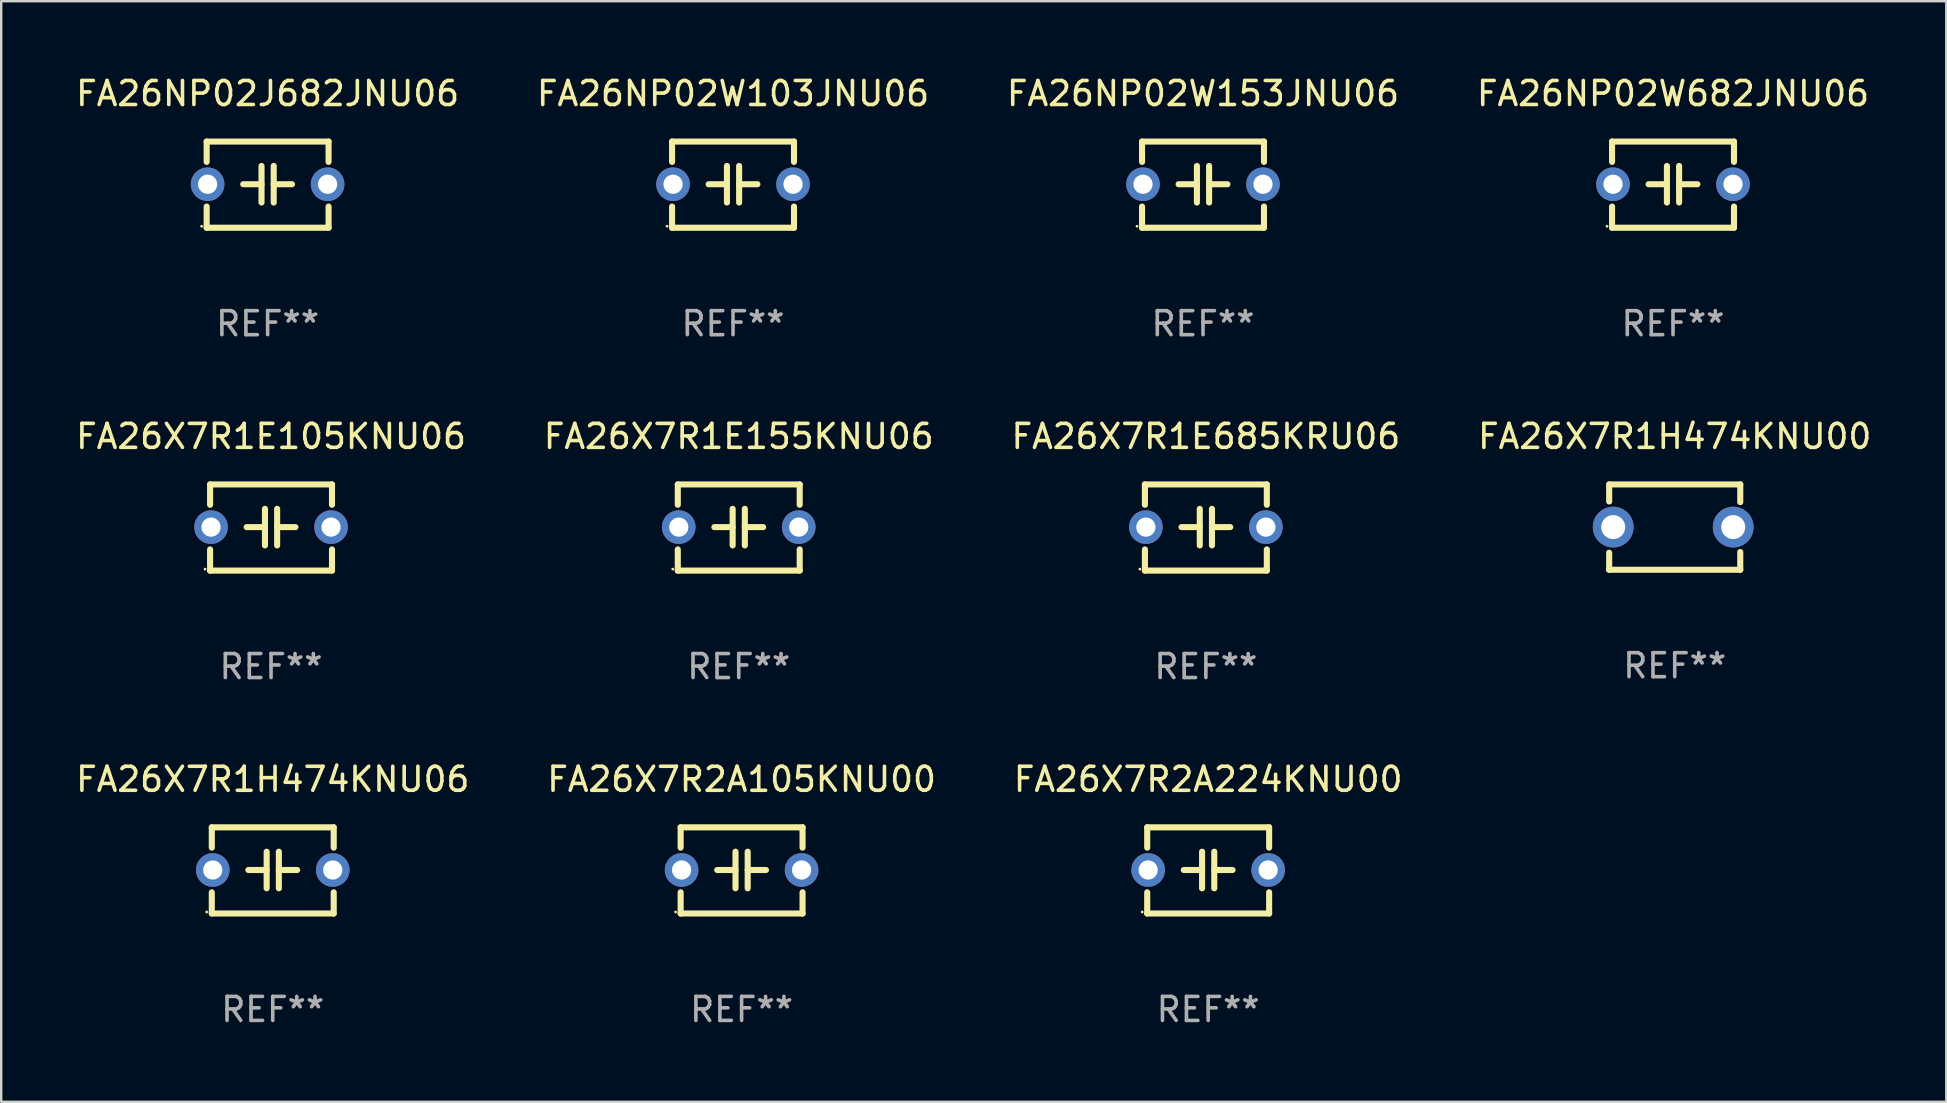
<source format=kicad_pcb>
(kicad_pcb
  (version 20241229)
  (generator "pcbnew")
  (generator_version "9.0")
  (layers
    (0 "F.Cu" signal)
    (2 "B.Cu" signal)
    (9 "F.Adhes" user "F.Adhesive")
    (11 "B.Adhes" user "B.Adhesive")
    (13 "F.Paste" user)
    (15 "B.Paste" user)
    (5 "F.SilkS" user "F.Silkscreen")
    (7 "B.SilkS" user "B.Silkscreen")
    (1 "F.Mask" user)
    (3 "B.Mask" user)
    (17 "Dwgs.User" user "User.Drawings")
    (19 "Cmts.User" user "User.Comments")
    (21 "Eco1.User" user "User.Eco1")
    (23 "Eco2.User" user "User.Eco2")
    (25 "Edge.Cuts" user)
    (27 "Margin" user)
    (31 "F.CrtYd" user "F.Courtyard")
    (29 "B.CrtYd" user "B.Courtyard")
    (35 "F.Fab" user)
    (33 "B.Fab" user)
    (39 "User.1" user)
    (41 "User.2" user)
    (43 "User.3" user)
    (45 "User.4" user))
  (footprint "FA26X7R2A105KNU00"
    (layer "F.Cu")
    (at 27.851 33.218)
    (property "Reference" "FA26X7R2A105KNU00" (at 0 -3.795 0) (layer "F.SilkS") (effects (font (size 1 1) (thickness 0.15))))
    (attr through_hole)
    (fp_line (start -2.54 -1.795) (end 2.54 -1.795) (stroke (width 0.254) (type solid)) (layer "F.SilkS"))
    (fp_line (start -2.54 -0.948) (end -2.54 -1.795) (stroke (width 0.254) (type solid)) (layer "F.SilkS"))
    (fp_line (start -2.54 1.795) (end -2.54 0.913) (stroke (width 0.254) (type solid)) (layer "F.SilkS"))
    (fp_line (start -1.016 -0.017) (end -0.254 -0.017) (stroke (width 0.254) (type solid)) (layer "F.SilkS"))
    (fp_line (start -0.254 0.745) (end -0.254 -0.779) (stroke (width 0.254) (type solid)) (layer "F.SilkS"))
    (fp_line (start 0.254 -0.779) (end 0.254 0.745) (stroke (width 0.254) (type solid)) (layer "F.SilkS"))
    (fp_line (start 1.016 -0.017) (end 0.254 -0.017) (stroke (width 0.254) (type solid)) (layer "F.SilkS"))
    (fp_line (start 2.54 -1.795) (end 2.54 -0.948) (stroke (width 0.254) (type solid)) (layer "F.SilkS"))
    (fp_line (start 2.54 1.795) (end -2.54 1.795) (stroke (width 0.254) (type solid)) (layer "F.SilkS"))
    (fp_line (start 2.54 1.795) (end 2.54 0.913) (stroke (width 0.254) (type solid)) (layer "F.SilkS"))
    (fp_circle (center -2.75 1.733) (end -2.72 1.733) (stroke (width 0.06) (type solid)) (fill no) (layer "F.SilkS"))
    (fp_text user "REF**" (at 0 5.795 0) (layer "F.Fab") (effects (font (size 1 1) (thickness 0.15))))
    (pad "1" thru_hole circle (at -2.5 -0.017) (size 1.4 1.4) (drill 0.8) (layers "*.Cu" "*.Mask"))
    (pad "2" thru_hole circle (at 2.5 -0.017) (size 1.4 1.4) (drill 0.8) (layers "*.Cu" "*.Mask")))
  (footprint "FA26X7R1E105KNU06"
    (layer "F.Cu")
    (at 8.244 18.931)
    (property "Reference" "FA26X7R1E105KNU06" (at 0 -3.795 0) (layer "F.SilkS") (effects (font (size 1 1) (thickness 0.15))))
    (attr through_hole)
    (fp_line (start -2.54 -1.795) (end 2.54 -1.795) (stroke (width 0.254) (type solid)) (layer "F.SilkS"))
    (fp_line (start -2.54 -0.948) (end -2.54 -1.795) (stroke (width 0.254) (type solid)) (layer "F.SilkS"))
    (fp_line (start -2.54 1.795) (end -2.54 0.913) (stroke (width 0.254) (type solid)) (layer "F.SilkS"))
    (fp_line (start -1.016 -0.017) (end -0.254 -0.017) (stroke (width 0.254) (type solid)) (layer "F.SilkS"))
    (fp_line (start -0.254 0.745) (end -0.254 -0.779) (stroke (width 0.254) (type solid)) (layer "F.SilkS"))
    (fp_line (start 0.254 -0.779) (end 0.254 0.745) (stroke (width 0.254) (type solid)) (layer "F.SilkS"))
    (fp_line (start 1.016 -0.017) (end 0.254 -0.017) (stroke (width 0.254) (type solid)) (layer "F.SilkS"))
    (fp_line (start 2.54 -1.795) (end 2.54 -0.948) (stroke (width 0.254) (type solid)) (layer "F.SilkS"))
    (fp_line (start 2.54 1.795) (end -2.54 1.795) (stroke (width 0.254) (type solid)) (layer "F.SilkS"))
    (fp_line (start 2.54 1.795) (end 2.54 0.913) (stroke (width 0.254) (type solid)) (layer "F.SilkS"))
    (fp_circle (center -2.75 1.733) (end -2.72 1.733) (stroke (width 0.06) (type solid)) (fill no) (layer "F.SilkS"))
    (fp_text user "REF**" (at 0 5.795 0) (layer "F.Fab") (effects (font (size 1 1) (thickness 0.15))))
    (pad "1" thru_hole circle (at -2.5 -0.017) (size 1.4 1.4) (drill 0.8) (layers "*.Cu" "*.Mask"))
    (pad "2" thru_hole circle (at 2.5 -0.017) (size 1.4 1.4) (drill 0.8) (layers "*.Cu" "*.Mask")))
  (footprint "FA26NP02W682JNU06"
    (layer "F.Cu")
    (at 66.661 4.644)
    (property "Reference" "FA26NP02W682JNU06" (at 0 -3.795 0) (layer "F.SilkS") (effects (font (size 1 1) (thickness 0.15))))
    (attr through_hole)
    (fp_line (start -2.54 -1.795) (end 2.54 -1.795) (stroke (width 0.254) (type solid)) (layer "F.SilkS"))
    (fp_line (start -2.54 -0.948) (end -2.54 -1.795) (stroke (width 0.254) (type solid)) (layer "F.SilkS"))
    (fp_line (start -2.54 1.795) (end -2.54 0.913) (stroke (width 0.254) (type solid)) (layer "F.SilkS"))
    (fp_line (start -1.016 -0.017) (end -0.254 -0.017) (stroke (width 0.254) (type solid)) (layer "F.SilkS"))
    (fp_line (start -0.254 0.745) (end -0.254 -0.779) (stroke (width 0.254) (type solid)) (layer "F.SilkS"))
    (fp_line (start 0.254 -0.779) (end 0.254 0.745) (stroke (width 0.254) (type solid)) (layer "F.SilkS"))
    (fp_line (start 1.016 -0.017) (end 0.254 -0.017) (stroke (width 0.254) (type solid)) (layer "F.SilkS"))
    (fp_line (start 2.54 -1.795) (end 2.54 -0.948) (stroke (width 0.254) (type solid)) (layer "F.SilkS"))
    (fp_line (start 2.54 1.795) (end -2.54 1.795) (stroke (width 0.254) (type solid)) (layer "F.SilkS"))
    (fp_line (start 2.54 1.795) (end 2.54 0.913) (stroke (width 0.254) (type solid)) (layer "F.SilkS"))
    (fp_circle (center -2.75 1.733) (end -2.72 1.733) (stroke (width 0.06) (type solid)) (fill no) (layer "F.SilkS"))
    (fp_text user "REF**" (at 0 5.795 0) (layer "F.Fab") (effects (font (size 1 1) (thickness 0.15))))
    (pad "1" thru_hole circle (at -2.5 -0.017) (size 1.4 1.4) (drill 0.8) (layers "*.Cu" "*.Mask"))
    (pad "2" thru_hole circle (at 2.5 -0.017) (size 1.4 1.4) (drill 0.8) (layers "*.Cu" "*.Mask")))
  (footprint "FA26NP02J682JNU06"
    (layer "F.Cu")
    (at 8.101 4.644)
    (property "Reference" "FA26NP02J682JNU06" (at 0 -3.795 0) (layer "F.SilkS") (effects (font (size 1 1) (thickness 0.15))))
    (attr through_hole)
    (fp_line (start -2.54 -1.795) (end 2.54 -1.795) (stroke (width 0.254) (type solid)) (layer "F.SilkS"))
    (fp_line (start -2.54 -0.948) (end -2.54 -1.795) (stroke (width 0.254) (type solid)) (layer "F.SilkS"))
    (fp_line (start -2.54 1.795) (end -2.54 0.913) (stroke (width 0.254) (type solid)) (layer "F.SilkS"))
    (fp_line (start -1.016 -0.017) (end -0.254 -0.017) (stroke (width 0.254) (type solid)) (layer "F.SilkS"))
    (fp_line (start -0.254 0.745) (end -0.254 -0.779) (stroke (width 0.254) (type solid)) (layer "F.SilkS"))
    (fp_line (start 0.254 -0.779) (end 0.254 0.745) (stroke (width 0.254) (type solid)) (layer "F.SilkS"))
    (fp_line (start 1.016 -0.017) (end 0.254 -0.017) (stroke (width 0.254) (type solid)) (layer "F.SilkS"))
    (fp_line (start 2.54 -1.795) (end 2.54 -0.948) (stroke (width 0.254) (type solid)) (layer "F.SilkS"))
    (fp_line (start 2.54 1.795) (end -2.54 1.795) (stroke (width 0.254) (type solid)) (layer "F.SilkS"))
    (fp_line (start 2.54 1.795) (end 2.54 0.913) (stroke (width 0.254) (type solid)) (layer "F.SilkS"))
    (fp_circle (center -2.75 1.733) (end -2.72 1.733) (stroke (width 0.06) (type solid)) (fill no) (layer "F.SilkS"))
    (fp_text user "REF**" (at 0 5.795 0) (layer "F.Fab") (effects (font (size 1 1) (thickness 0.15))))
    (pad "1" thru_hole circle (at -2.5 -0.017) (size 1.4 1.4) (drill 0.8) (layers "*.Cu" "*.Mask"))
    (pad "2" thru_hole circle (at 2.5 -0.017) (size 1.4 1.4) (drill 0.8) (layers "*.Cu" "*.Mask")))
  (footprint "FA26NP02W103JNU06"
    (layer "F.Cu")
    (at 27.494 4.644)
    (property "Reference" "FA26NP02W103JNU06" (at 0 -3.795 0) (layer "F.SilkS") (effects (font (size 1 1) (thickness 0.15))))
    (attr through_hole)
    (fp_line (start -2.54 -1.795) (end 2.54 -1.795) (stroke (width 0.254) (type solid)) (layer "F.SilkS"))
    (fp_line (start -2.54 -0.948) (end -2.54 -1.795) (stroke (width 0.254) (type solid)) (layer "F.SilkS"))
    (fp_line (start -2.54 1.795) (end -2.54 0.913) (stroke (width 0.254) (type solid)) (layer "F.SilkS"))
    (fp_line (start -1.016 -0.017) (end -0.254 -0.017) (stroke (width 0.254) (type solid)) (layer "F.SilkS"))
    (fp_line (start -0.254 0.745) (end -0.254 -0.779) (stroke (width 0.254) (type solid)) (layer "F.SilkS"))
    (fp_line (start 0.254 -0.779) (end 0.254 0.745) (stroke (width 0.254) (type solid)) (layer "F.SilkS"))
    (fp_line (start 1.016 -0.017) (end 0.254 -0.017) (stroke (width 0.254) (type solid)) (layer "F.SilkS"))
    (fp_line (start 2.54 -1.795) (end 2.54 -0.948) (stroke (width 0.254) (type solid)) (layer "F.SilkS"))
    (fp_line (start 2.54 1.795) (end -2.54 1.795) (stroke (width 0.254) (type solid)) (layer "F.SilkS"))
    (fp_line (start 2.54 1.795) (end 2.54 0.913) (stroke (width 0.254) (type solid)) (layer "F.SilkS"))
    (fp_circle (center -2.75 1.733) (end -2.72 1.733) (stroke (width 0.06) (type solid)) (fill no) (layer "F.SilkS"))
    (fp_text user "REF**" (at 0 5.795 0) (layer "F.Fab") (effects (font (size 1 1) (thickness 0.15))))
    (pad "1" thru_hole circle (at -2.5 -0.017) (size 1.4 1.4) (drill 0.8) (layers "*.Cu" "*.Mask"))
    (pad "2" thru_hole circle (at 2.5 -0.017) (size 1.4 1.4) (drill 0.8) (layers "*.Cu" "*.Mask")))
  (footprint "FA26X7R1E685KRU06"
    (layer "F.Cu")
    (at 47.196 18.931)
    (property "Reference" "FA26X7R1E685KRU06" (at 0 -3.795 0) (layer "F.SilkS") (effects (font (size 1 1) (thickness 0.15))))
    (attr through_hole)
    (fp_line (start -2.54 -1.795) (end 2.54 -1.795) (stroke (width 0.254) (type solid)) (layer "F.SilkS"))
    (fp_line (start -2.54 -0.948) (end -2.54 -1.795) (stroke (width 0.254) (type solid)) (layer "F.SilkS"))
    (fp_line (start -2.54 1.795) (end -2.54 0.913) (stroke (width 0.254) (type solid)) (layer "F.SilkS"))
    (fp_line (start -1.016 -0.017) (end -0.254 -0.017) (stroke (width 0.254) (type solid)) (layer "F.SilkS"))
    (fp_line (start -0.254 0.745) (end -0.254 -0.779) (stroke (width 0.254) (type solid)) (layer "F.SilkS"))
    (fp_line (start 0.254 -0.779) (end 0.254 0.745) (stroke (width 0.254) (type solid)) (layer "F.SilkS"))
    (fp_line (start 1.016 -0.017) (end 0.254 -0.017) (stroke (width 0.254) (type solid)) (layer "F.SilkS"))
    (fp_line (start 2.54 -1.795) (end 2.54 -0.948) (stroke (width 0.254) (type solid)) (layer "F.SilkS"))
    (fp_line (start 2.54 1.795) (end -2.54 1.795) (stroke (width 0.254) (type solid)) (layer "F.SilkS"))
    (fp_line (start 2.54 1.795) (end 2.54 0.913) (stroke (width 0.254) (type solid)) (layer "F.SilkS"))
    (fp_circle (center -2.75 1.733) (end -2.72 1.733) (stroke (width 0.06) (type solid)) (fill no) (layer "F.SilkS"))
    (fp_text user "REF**" (at 0 5.795 0) (layer "F.Fab") (effects (font (size 1 1) (thickness 0.15))))
    (pad "1" thru_hole circle (at -2.5 -0.017) (size 1.4 1.4) (drill 0.8) (layers "*.Cu" "*.Mask"))
    (pad "2" thru_hole circle (at 2.5 -0.017) (size 1.4 1.4) (drill 0.8) (layers "*.Cu" "*.Mask")))
  (footprint "FA26NP02W153JNU06"
    (layer "F.Cu")
    (at 47.077 4.644)
    (property "Reference" "FA26NP02W153JNU06" (at 0 -3.795 0) (layer "F.SilkS") (effects (font (size 1 1) (thickness 0.15))))
    (attr through_hole)
    (fp_line (start -2.54 -1.795) (end 2.54 -1.795) (stroke (width 0.254) (type solid)) (layer "F.SilkS"))
    (fp_line (start -2.54 -0.948) (end -2.54 -1.795) (stroke (width 0.254) (type solid)) (layer "F.SilkS"))
    (fp_line (start -2.54 1.795) (end -2.54 0.913) (stroke (width 0.254) (type solid)) (layer "F.SilkS"))
    (fp_line (start -1.016 -0.017) (end -0.254 -0.017) (stroke (width 0.254) (type solid)) (layer "F.SilkS"))
    (fp_line (start -0.254 0.745) (end -0.254 -0.779) (stroke (width 0.254) (type solid)) (layer "F.SilkS"))
    (fp_line (start 0.254 -0.779) (end 0.254 0.745) (stroke (width 0.254) (type solid)) (layer "F.SilkS"))
    (fp_line (start 1.016 -0.017) (end 0.254 -0.017) (stroke (width 0.254) (type solid)) (layer "F.SilkS"))
    (fp_line (start 2.54 -1.795) (end 2.54 -0.948) (stroke (width 0.254) (type solid)) (layer "F.SilkS"))
    (fp_line (start 2.54 1.795) (end -2.54 1.795) (stroke (width 0.254) (type solid)) (layer "F.SilkS"))
    (fp_line (start 2.54 1.795) (end 2.54 0.913) (stroke (width 0.254) (type solid)) (layer "F.SilkS"))
    (fp_circle (center -2.75 1.733) (end -2.72 1.733) (stroke (width 0.06) (type solid)) (fill no) (layer "F.SilkS"))
    (fp_text user "REF**" (at 0 5.795 0) (layer "F.Fab") (effects (font (size 1 1) (thickness 0.15))))
    (pad "1" thru_hole circle (at -2.5 -0.017) (size 1.4 1.4) (drill 0.8) (layers "*.Cu" "*.Mask"))
    (pad "2" thru_hole circle (at 2.5 -0.017) (size 1.4 1.4) (drill 0.8) (layers "*.Cu" "*.Mask")))
  (footprint "FA26X7R1H474KNU00"
    (layer "F.Cu")
    (at 66.732 18.913)
    (property "Reference" "FA26X7R1H474KNU00" (at 0 -3.778 0) (layer "F.SilkS") (effects (font (size 1 1) (thickness 0.15))))
    (attr through_hole)
    (fp_line (start -2.731 -1.778) (end -2.731 -1.068) (stroke (width 0.254) (type solid)) (layer "F.SilkS"))
    (fp_line (start -2.731 1.068) (end -2.731 1.778) (stroke (width 0.254) (type solid)) (layer "F.SilkS"))
    (fp_line (start -2.731 1.778) (end 2.731 1.778) (stroke (width 0.254) (type solid)) (layer "F.SilkS"))
    (fp_line (start 2.731 -1.778) (end -2.731 -1.778) (stroke (width 0.254) (type solid)) (layer "F.SilkS"))
    (fp_line (start 2.731 -1.04) (end 2.731 -1.778) (stroke (width 0.254) (type solid)) (layer "F.SilkS"))
    (fp_line (start 2.731 1.778) (end 2.731 1.04) (stroke (width 0.254) (type solid)) (layer "F.SilkS"))
    (fp_circle (center -2.814 1.75) (end -2.784 1.75) (stroke (width 0.06) (type solid)) (fill no) (layer "F.SilkS"))
    (fp_text user "REF**" (at 0 5.778 0) (layer "F.Fab") (effects (font (size 1 1) (thickness 0.15))))
    (pad "1" thru_hole circle (at -2.563 0) (size 1.7 1.7) (drill 1) (layers "*.Cu" "*.Mask"))
    (pad "2" thru_hole circle (at 2.437 0) (size 1.7 1.7) (drill 1) (layers "*.Cu" "*.Mask")))
  (footprint "FA26X7R1E155KNU06"
    (layer "F.Cu")
    (at 27.732 18.931)
    (property "Reference" "FA26X7R1E155KNU06" (at 0 -3.795 0) (layer "F.SilkS") (effects (font (size 1 1) (thickness 0.15))))
    (attr through_hole)
    (fp_line (start -2.54 -1.795) (end 2.54 -1.795) (stroke (width 0.254) (type solid)) (layer "F.SilkS"))
    (fp_line (start -2.54 -0.948) (end -2.54 -1.795) (stroke (width 0.254) (type solid)) (layer "F.SilkS"))
    (fp_line (start -2.54 1.795) (end -2.54 0.913) (stroke (width 0.254) (type solid)) (layer "F.SilkS"))
    (fp_line (start -1.016 -0.017) (end -0.254 -0.017) (stroke (width 0.254) (type solid)) (layer "F.SilkS"))
    (fp_line (start -0.254 0.745) (end -0.254 -0.779) (stroke (width 0.254) (type solid)) (layer "F.SilkS"))
    (fp_line (start 0.254 -0.779) (end 0.254 0.745) (stroke (width 0.254) (type solid)) (layer "F.SilkS"))
    (fp_line (start 1.016 -0.017) (end 0.254 -0.017) (stroke (width 0.254) (type solid)) (layer "F.SilkS"))
    (fp_line (start 2.54 -1.795) (end 2.54 -0.948) (stroke (width 0.254) (type solid)) (layer "F.SilkS"))
    (fp_line (start 2.54 1.795) (end -2.54 1.795) (stroke (width 0.254) (type solid)) (layer "F.SilkS"))
    (fp_line (start 2.54 1.795) (end 2.54 0.913) (stroke (width 0.254) (type solid)) (layer "F.SilkS"))
    (fp_circle (center -2.75 1.733) (end -2.72 1.733) (stroke (width 0.06) (type solid)) (fill no) (layer "F.SilkS"))
    (fp_text user "REF**" (at 0 5.795 0) (layer "F.Fab") (effects (font (size 1 1) (thickness 0.15))))
    (pad "1" thru_hole circle (at -2.5 -0.017) (size 1.4 1.4) (drill 0.8) (layers "*.Cu" "*.Mask"))
    (pad "2" thru_hole circle (at 2.5 -0.017) (size 1.4 1.4) (drill 0.8) (layers "*.Cu" "*.Mask")))
  (footprint "FA26X7R1H474KNU06"
    (layer "F.Cu")
    (at 8.315 33.218)
    (property "Reference" "FA26X7R1H474KNU06" (at 0 -3.795 0) (layer "F.SilkS") (effects (font (size 1 1) (thickness 0.15))))
    (attr through_hole)
    (fp_line (start -2.54 -1.795) (end 2.54 -1.795) (stroke (width 0.254) (type solid)) (layer "F.SilkS"))
    (fp_line (start -2.54 -0.948) (end -2.54 -1.795) (stroke (width 0.254) (type solid)) (layer "F.SilkS"))
    (fp_line (start -2.54 1.795) (end -2.54 0.913) (stroke (width 0.254) (type solid)) (layer "F.SilkS"))
    (fp_line (start -1.016 -0.017) (end -0.254 -0.017) (stroke (width 0.254) (type solid)) (layer "F.SilkS"))
    (fp_line (start -0.254 0.745) (end -0.254 -0.779) (stroke (width 0.254) (type solid)) (layer "F.SilkS"))
    (fp_line (start 0.254 -0.779) (end 0.254 0.745) (stroke (width 0.254) (type solid)) (layer "F.SilkS"))
    (fp_line (start 1.016 -0.017) (end 0.254 -0.017) (stroke (width 0.254) (type solid)) (layer "F.SilkS"))
    (fp_line (start 2.54 -1.795) (end 2.54 -0.948) (stroke (width 0.254) (type solid)) (layer "F.SilkS"))
    (fp_line (start 2.54 1.795) (end -2.54 1.795) (stroke (width 0.254) (type solid)) (layer "F.SilkS"))
    (fp_line (start 2.54 1.795) (end 2.54 0.913) (stroke (width 0.254) (type solid)) (layer "F.SilkS"))
    (fp_circle (center -2.75 1.733) (end -2.72 1.733) (stroke (width 0.06) (type solid)) (fill no) (layer "F.SilkS"))
    (fp_text user "REF**" (at 0 5.795 0) (layer "F.Fab") (effects (font (size 1 1) (thickness 0.15))))
    (pad "1" thru_hole circle (at -2.5 -0.017) (size 1.4 1.4) (drill 0.8) (layers "*.Cu" "*.Mask"))
    (pad "2" thru_hole circle (at 2.5 -0.017) (size 1.4 1.4) (drill 0.8) (layers "*.Cu" "*.Mask")))
  (footprint "FA26X7R2A224KNU00"
    (layer "F.Cu")
    (at 47.292 33.218)
    (property "Reference" "FA26X7R2A224KNU00" (at 0 -3.795 0) (layer "F.SilkS") (effects (font (size 1 1) (thickness 0.15))))
    (attr through_hole)
    (fp_line (start -2.54 -1.795) (end 2.54 -1.795) (stroke (width 0.254) (type solid)) (layer "F.SilkS"))
    (fp_line (start -2.54 -0.948) (end -2.54 -1.795) (stroke (width 0.254) (type solid)) (layer "F.SilkS"))
    (fp_line (start -2.54 1.795) (end -2.54 0.913) (stroke (width 0.254) (type solid)) (layer "F.SilkS"))
    (fp_line (start -1.016 -0.017) (end -0.254 -0.017) (stroke (width 0.254) (type solid)) (layer "F.SilkS"))
    (fp_line (start -0.254 0.745) (end -0.254 -0.779) (stroke (width 0.254) (type solid)) (layer "F.SilkS"))
    (fp_line (start 0.254 -0.779) (end 0.254 0.745) (stroke (width 0.254) (type solid)) (layer "F.SilkS"))
    (fp_line (start 1.016 -0.017) (end 0.254 -0.017) (stroke (width 0.254) (type solid)) (layer "F.SilkS"))
    (fp_line (start 2.54 -1.795) (end 2.54 -0.948) (stroke (width 0.254) (type solid)) (layer "F.SilkS"))
    (fp_line (start 2.54 1.795) (end -2.54 1.795) (stroke (width 0.254) (type solid)) (layer "F.SilkS"))
    (fp_line (start 2.54 1.795) (end 2.54 0.913) (stroke (width 0.254) (type solid)) (layer "F.SilkS"))
    (fp_circle (center -2.75 1.733) (end -2.72 1.733) (stroke (width 0.06) (type solid)) (fill no) (layer "F.SilkS"))
    (fp_text user "REF**" (at 0 5.795 0) (layer "F.Fab") (effects (font (size 1 1) (thickness 0.15))))
    (pad "1" thru_hole circle (at -2.5 -0.017) (size 1.4 1.4) (drill 0.8) (layers "*.Cu" "*.Mask"))
    (pad "2" thru_hole circle (at 2.5 -0.017) (size 1.4 1.4) (drill 0.8) (layers "*.Cu" "*.Mask")))
  (gr_rect
    (start -3 -3)
    (end 78.048 42.861)
    (stroke (width 0.1) (type default))
    (fill no)
    (layer "Edge.Cuts")))
</source>
